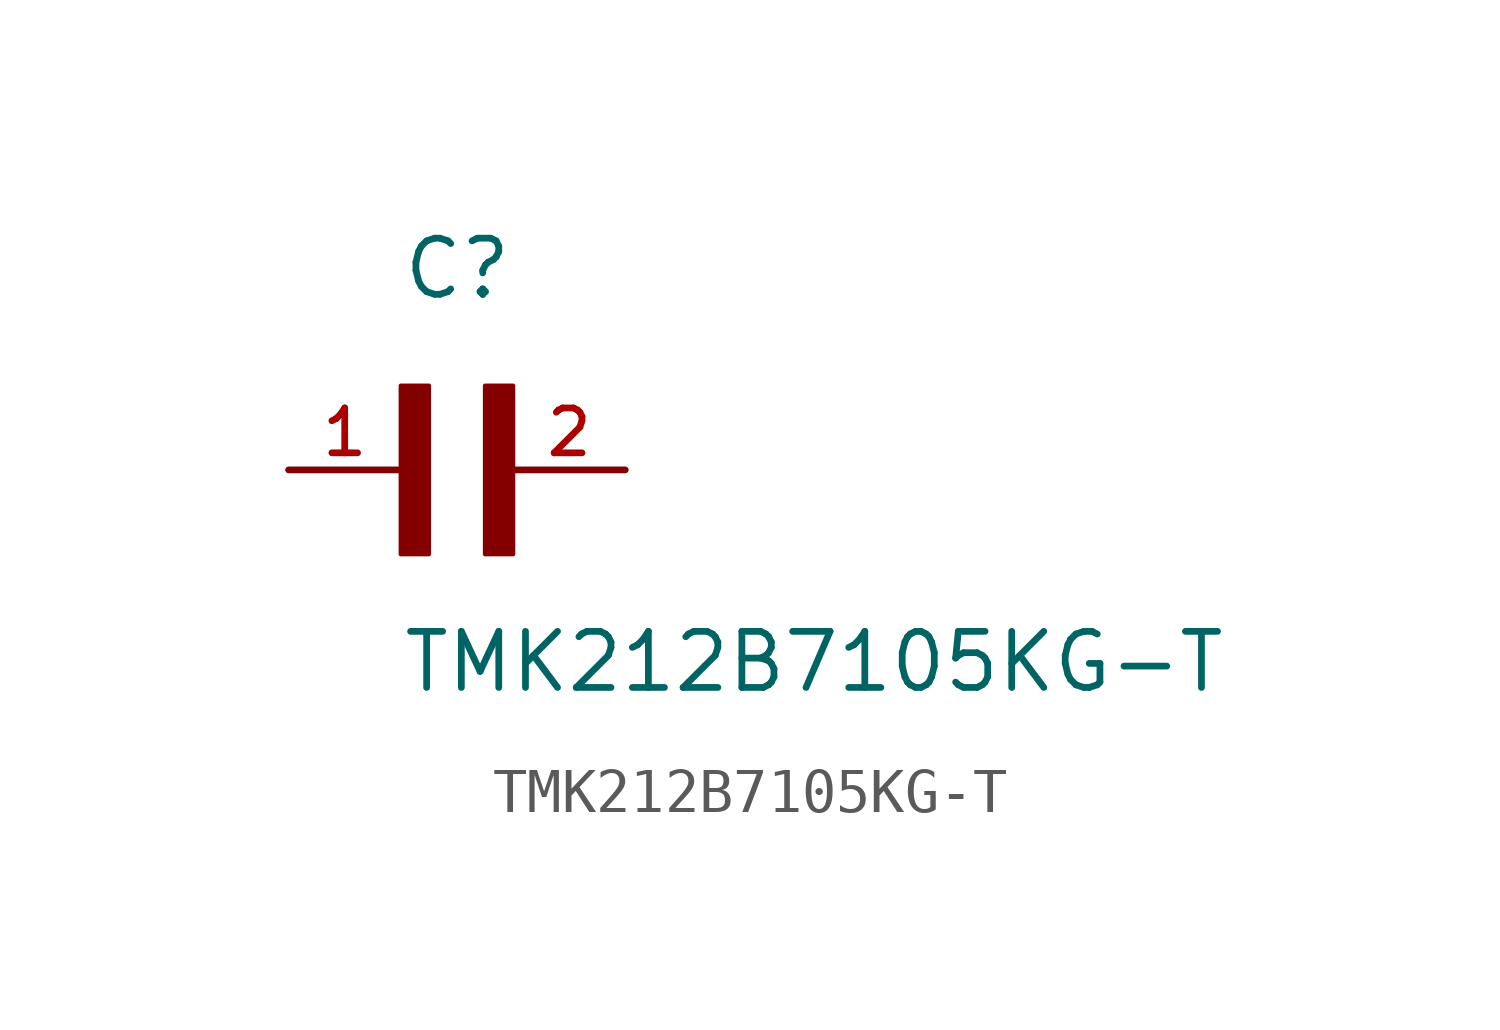
<source format=kicad_sym>
(kicad_symbol_lib
  (version 20211014)
  (generator kicad_symbol_editor)
  (symbol "TMK212B7105KG-T"
    (pin_names
      (offset 1.016))
    (property "Reference" "C"
      (at 0.0 3.811 0)
      (effects (font (size 1.27 1.27)) (justify bottom left)))
    (property "Value" "TMK212B7105KG-T"
      (at 0.0 -5.088 0)
      (effects (font (size 1.27 1.27)) (justify bottom left)))
    (symbol "TMK212B7105KG-T_0_0"
      (rectangle (start 0.0 -1.907) (end 0.635 1.905) (stroke (width 0.1)) (fill (type outline)))
      (rectangle (start 1.907 -1.907) (end 2.54 1.905) (stroke (width 0.1)) (fill (type outline)))
      (pin passive line (at 5.08 0.0 180.0) (length 2.54) (name "~" (effects (font (size 1.016 1.016)))) (number "2" (effects (font (size 1.016 1.016)))))
      (pin passive line (at -2.54 0.0 0) (length 2.54) (name "~" (effects (font (size 1.016 1.016)))) (number "1" (effects (font (size 1.016 1.016))))))))
</source>
